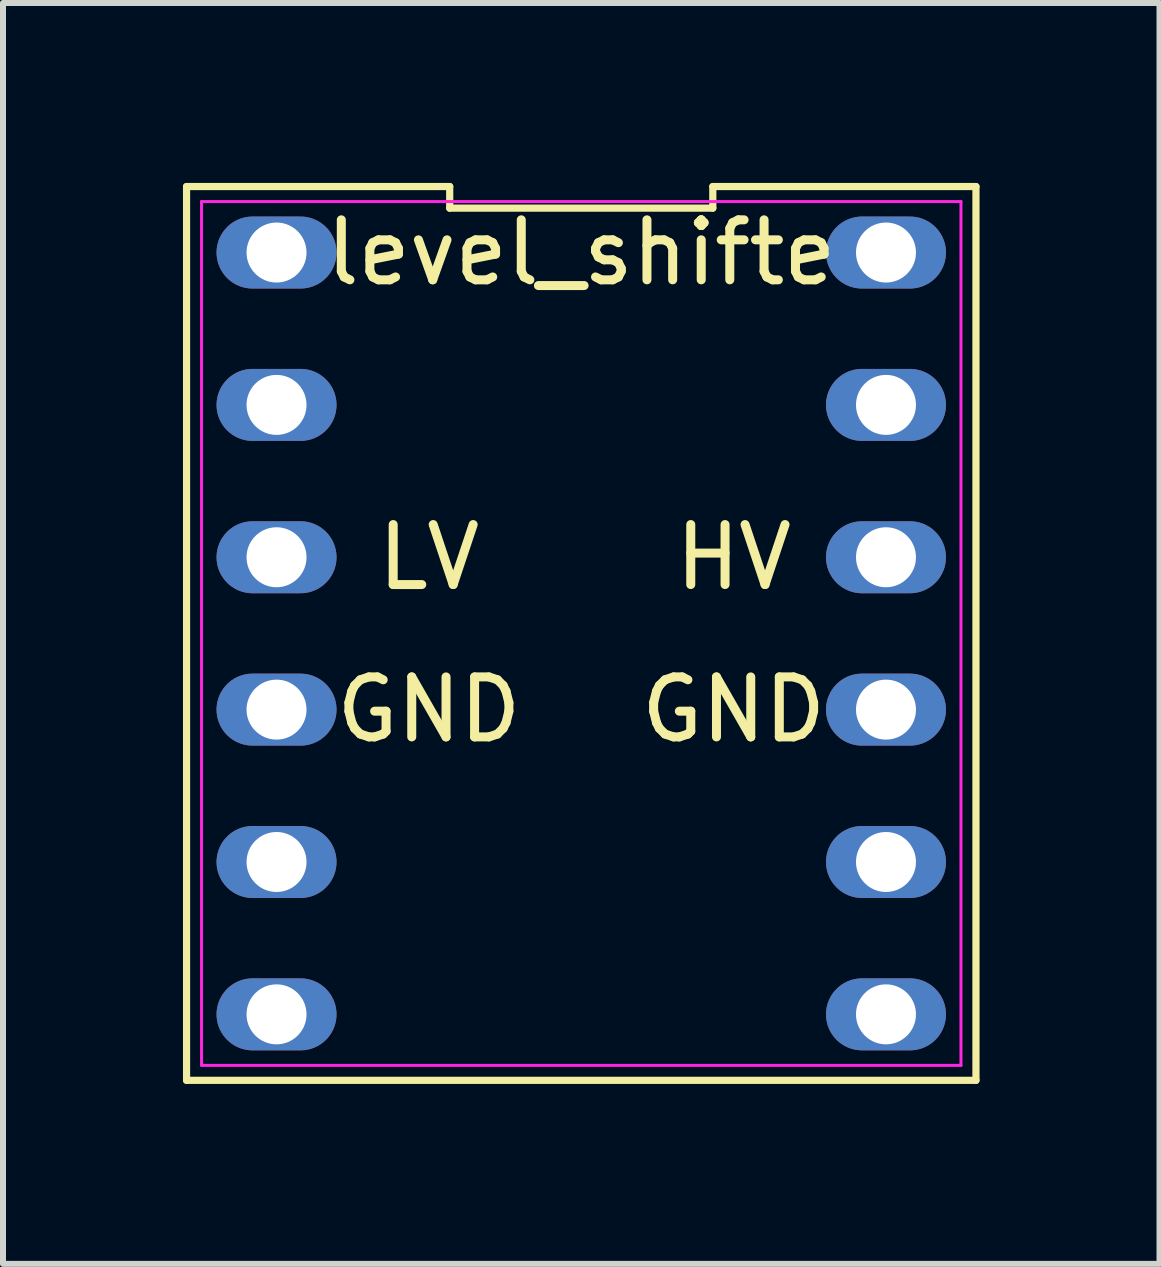
<source format=kicad_pcb>
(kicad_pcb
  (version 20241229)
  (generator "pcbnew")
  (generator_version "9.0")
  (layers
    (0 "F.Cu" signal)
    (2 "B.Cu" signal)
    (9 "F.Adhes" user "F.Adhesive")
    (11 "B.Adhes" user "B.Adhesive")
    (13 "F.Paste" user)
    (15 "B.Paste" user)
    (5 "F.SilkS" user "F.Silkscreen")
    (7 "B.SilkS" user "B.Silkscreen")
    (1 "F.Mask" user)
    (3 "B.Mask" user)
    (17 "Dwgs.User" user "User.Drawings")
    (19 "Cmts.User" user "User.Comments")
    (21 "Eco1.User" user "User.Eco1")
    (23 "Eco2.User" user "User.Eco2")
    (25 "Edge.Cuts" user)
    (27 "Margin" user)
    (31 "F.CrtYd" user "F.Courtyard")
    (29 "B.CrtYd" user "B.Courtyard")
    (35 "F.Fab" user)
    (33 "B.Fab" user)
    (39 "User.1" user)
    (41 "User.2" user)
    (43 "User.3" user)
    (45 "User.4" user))
  (footprint "level_shifte"
    (layer "F.Cu")
    (at 6.64 7.51)
    (property "Reference" "level_shifte" (at 0 -6.35 0) (layer "F.SilkS") (effects (font (size 1 1) (thickness 0.15))))
    (attr through_hole)
    (fp_line (start -6.58 -7.45) (end -6.58 7.45) (stroke (width 0.12) (type solid)) (layer "F.SilkS"))
    (fp_line (start -6.58 7.45) (end 6.58 7.45) (stroke (width 0.12) (type solid)) (layer "F.SilkS"))
    (fp_line (start -2.193 -7.45) (end -6.58 -7.45) (stroke (width 0.12) (type solid)) (layer "F.SilkS"))
    (fp_line (start -2.193 -7.09) (end -2.193 -7.45) (stroke (width 0.12) (type solid)) (layer "F.SilkS"))
    (fp_line (start 2.193 -7.45) (end 2.193 -7.09) (stroke (width 0.12) (type solid)) (layer "F.SilkS"))
    (fp_line (start 2.193 -7.09) (end -2.193 -7.09) (stroke (width 0.12) (type solid)) (layer "F.SilkS"))
    (fp_line (start 6.58 -7.45) (end 2.193 -7.45) (stroke (width 0.12) (type solid)) (layer "F.SilkS"))
    (fp_line (start 6.58 7.45) (end 6.58 -7.45) (stroke (width 0.12) (type solid)) (layer "F.SilkS"))
    (fp_line (start -6.33 -7.2) (end 6.33 -7.2) (stroke (width 0.05) (type solid)) (layer "F.CrtYd"))
    (fp_line (start -6.33 7.2) (end -6.33 -7.2) (stroke (width 0.05) (type solid)) (layer "F.CrtYd"))
    (fp_line (start 6.33 -7.2) (end 6.33 7.2) (stroke (width 0.05) (type solid)) (layer "F.CrtYd"))
    (fp_line (start 6.33 7.2) (end -6.33 7.2) (stroke (width 0.05) (type solid)) (layer "F.CrtYd"))
    (fp_text user "LV" (at -2.54 -1.27 0) (layer "F.SilkS") (effects (font (size 1 1) (thickness 0.15))))
    (fp_text user "GND" (at 2.54 1.27 0) (layer "F.SilkS") (effects (font (size 1 1) (thickness 0.15))))
    (fp_text user "GND" (at -2.54 1.27 0) (layer "F.SilkS") (effects (font (size 1 1) (thickness 0.15))))
    (fp_text user "HV" (at 2.54 -1.27 0) (layer "F.SilkS") (effects (font (size 1 1) (thickness 0.15))))
    (pad "1" thru_hole oval (at -5.08 -6.35 270) (size 1.2 2) (drill 1) (layers "*.Cu" "*.Mask"))
    (pad "2" thru_hole oval (at -5.08 -3.81 270) (size 1.2 2) (drill 1) (layers "*.Cu" "*.Mask"))
    (pad "3" thru_hole oval (at -5.08 -1.27 270) (size 1.2 2) (drill 1) (layers "*.Cu" "*.Mask"))
    (pad "4" thru_hole oval (at -5.08 1.27 270) (size 1.2 2) (drill 1) (layers "*.Cu" "*.Mask"))
    (pad "5" thru_hole oval (at -5.08 3.81 270) (size 1.2 2) (drill 1) (layers "*.Cu" "*.Mask"))
    (pad "6" thru_hole oval (at -5.08 6.35 270) (size 1.2 2) (drill 1) (layers "*.Cu" "*.Mask"))
    (pad "7" thru_hole oval (at 5.08 6.35 270) (size 1.2 2) (drill 1) (layers "*.Cu" "*.Mask"))
    (pad "8" thru_hole oval (at 5.08 3.81 270) (size 1.2 2) (drill 1) (layers "*.Cu" "*.Mask"))
    (pad "9" thru_hole oval (at 5.08 1.27 270) (size 1.2 2) (drill 1) (layers "*.Cu" "*.Mask"))
    (pad "10" thru_hole oval (at 5.08 -1.27 270) (size 1.2 2) (drill 1) (layers "*.Cu" "*.Mask"))
    (pad "11" thru_hole oval (at 5.08 -3.81 270) (size 1.2 2) (drill 1) (layers "*.Cu" "*.Mask"))
    (pad "12" thru_hole oval (at 5.08 -6.35 270) (size 1.2 2) (drill 1) (layers "*.Cu" "*.Mask")))
  (gr_rect
    (start -3 -3)
    (end 16.28 18.02)
    (stroke (width 0.1) (type default))
    (fill no)
    (layer "Edge.Cuts")))
</source>
